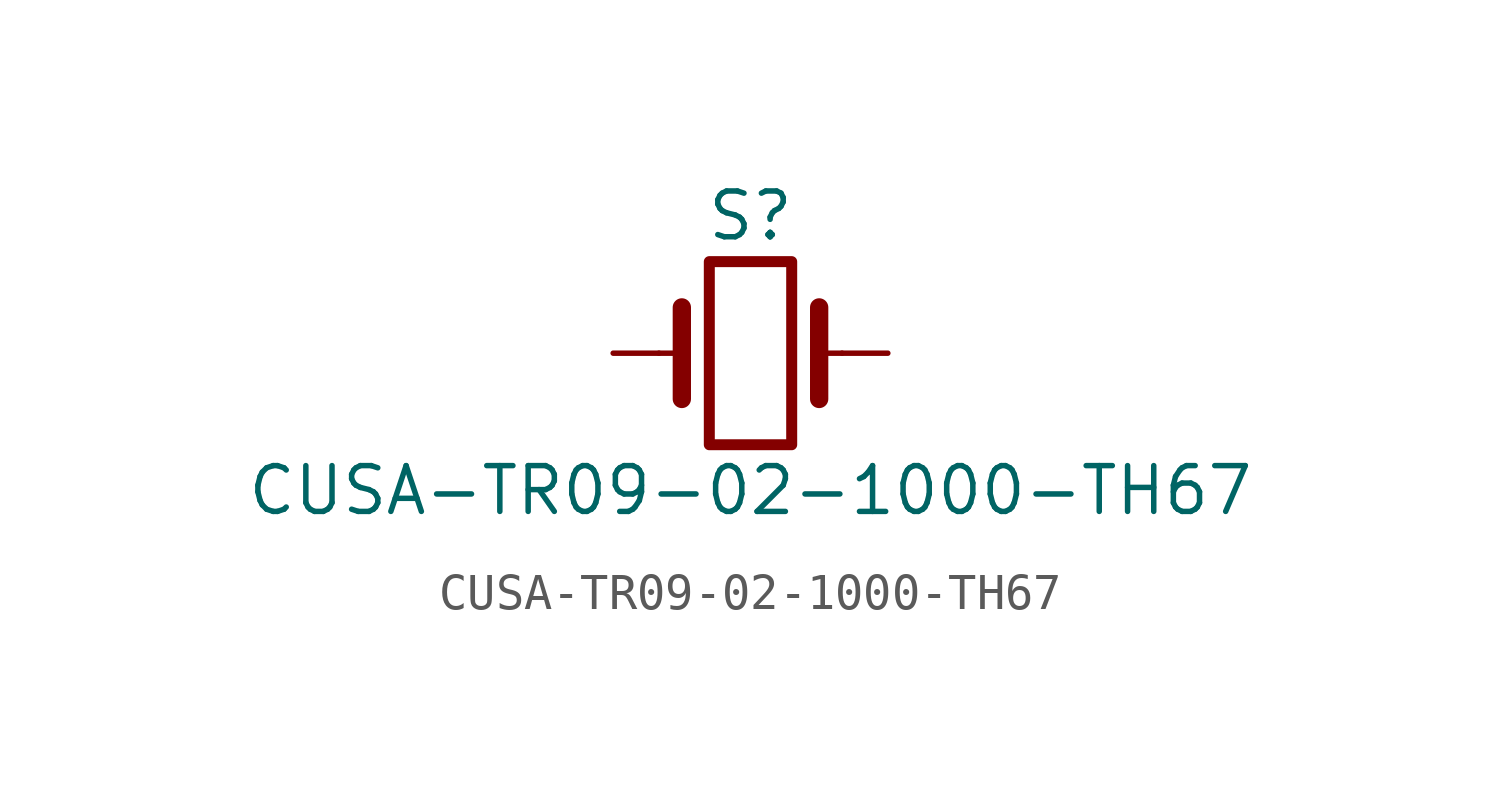
<source format=kicad_sym>
(kicad_symbol_lib
  (version 20220914)
  (generator kicad_symbol_editor)
  (symbol "CUSA-TR09-02-1000-TH67"
    (pin_numbers hide)
    (pin_names
      (offset 1.016) hide)
    (property "Reference" "S"
      (at 0 3.81 0)
      (effects (font (size 1.27 1.27))))
    (property "Value" "CUSA-TR09-02-1000-TH67"
      (at 0 -3.81 0)
      (effects (font (size 1.27 1.27))))
    (symbol "CUSA-TR09-02-1000-TH67_0_1"
      (rectangle (start -1.143 2.54) (end 1.143 -2.54) (stroke (width 0.305) (type default)) (fill (type none)))
      (polyline (pts (xy -2.54 0) (xy -1.905 0)) (stroke (width 0) (type default)) (fill (type none)))
      (polyline (pts (xy -1.905 -1.27) (xy -1.905 1.27)) (stroke (width 0.508) (type default)) (fill (type none)))
      (polyline (pts (xy 1.905 -1.27) (xy 1.905 1.27)) (stroke (width 0.508) (type default)) (fill (type none)))
      (polyline (pts (xy 2.54 0) (xy 1.905 0)) (stroke (width 0) (type default)) (fill (type none))))
    (symbol "CUSA-TR09-02-1000-TH67_1_1"
      (pin passive line (at -3.81 0 0) (length 1.27) (name "1" (effects (font (size 1.27 1.27)))) (number "1" (effects (font (size 1.27 1.27)))))
      (pin passive line (at 3.81 0 180) (length 1.27) (name "2" (effects (font (size 1.27 1.27)))) (number "2" (effects (font (size 1.27 1.27))))))))
</source>
